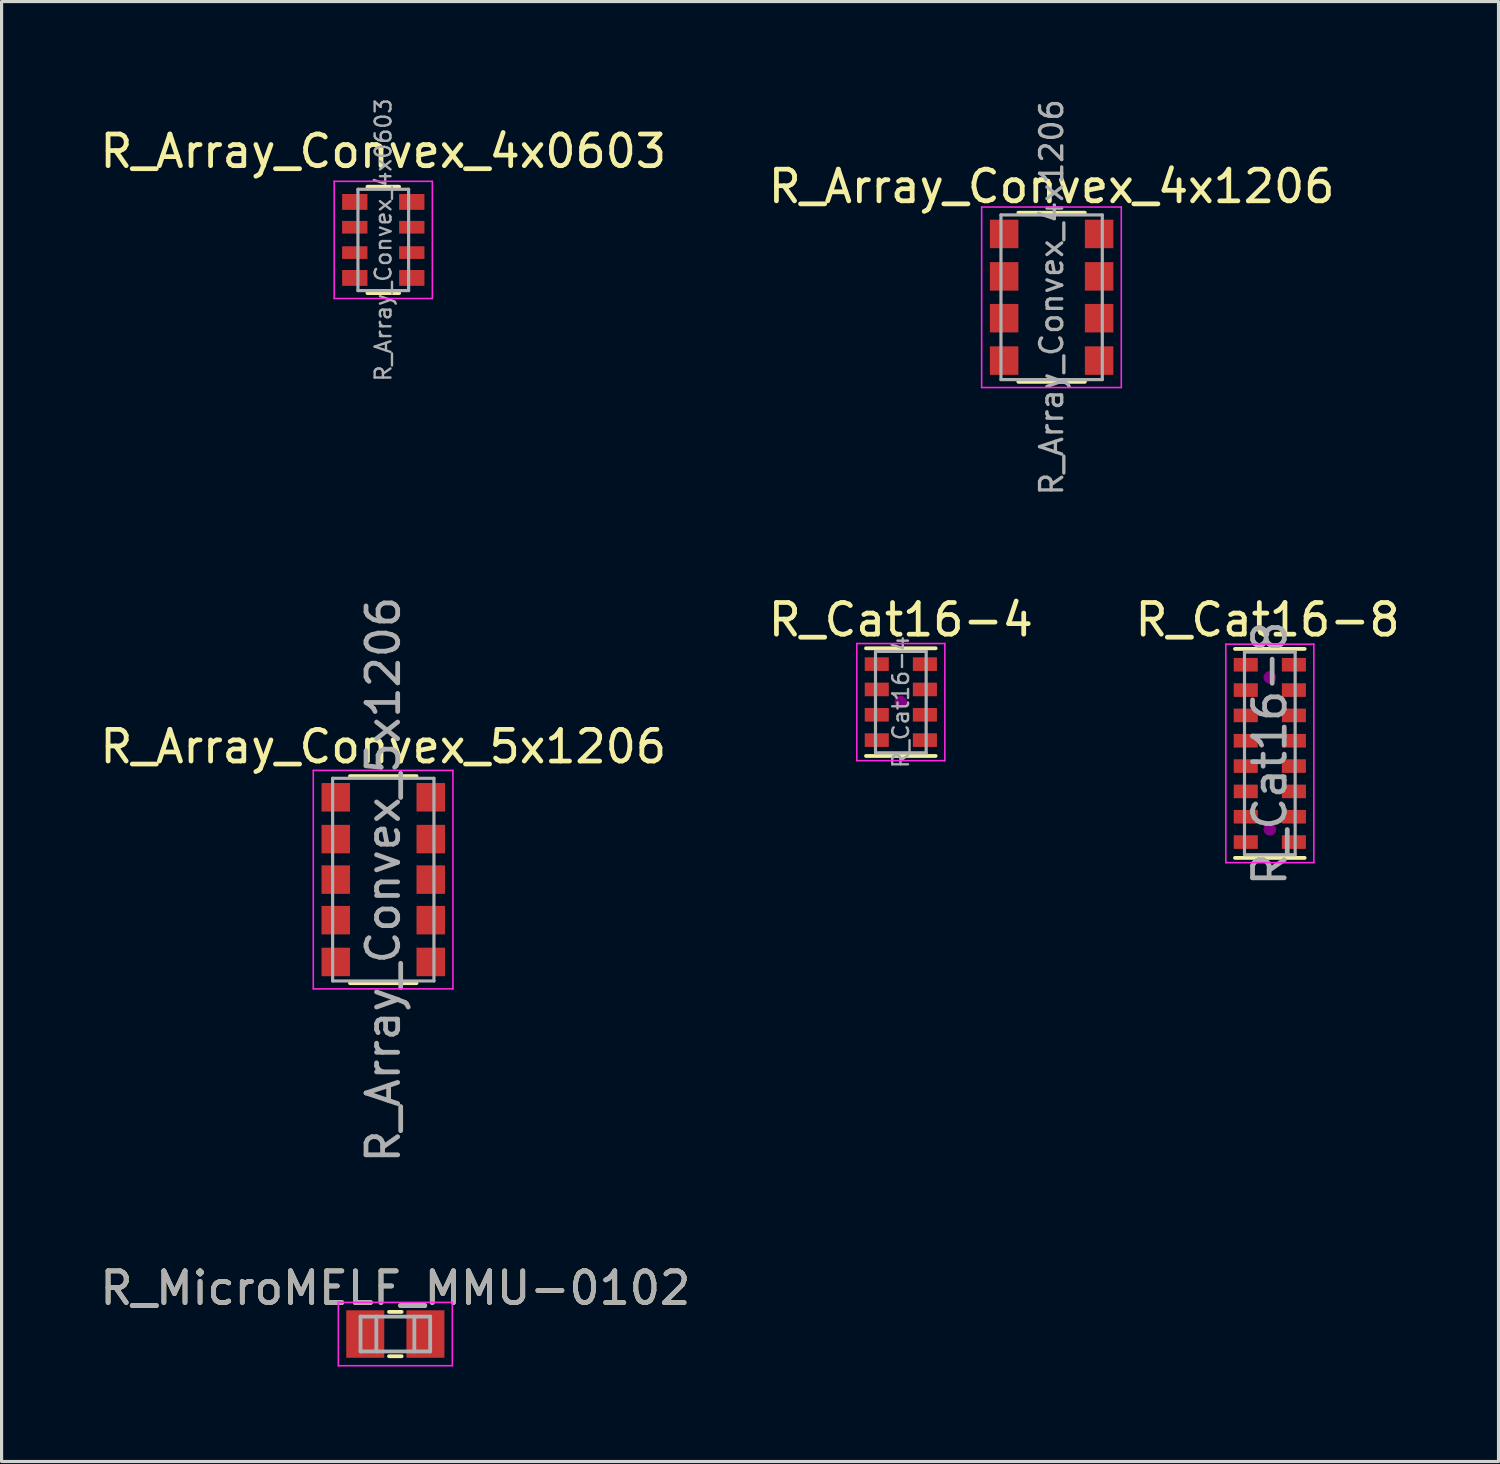
<source format=kicad_pcb>
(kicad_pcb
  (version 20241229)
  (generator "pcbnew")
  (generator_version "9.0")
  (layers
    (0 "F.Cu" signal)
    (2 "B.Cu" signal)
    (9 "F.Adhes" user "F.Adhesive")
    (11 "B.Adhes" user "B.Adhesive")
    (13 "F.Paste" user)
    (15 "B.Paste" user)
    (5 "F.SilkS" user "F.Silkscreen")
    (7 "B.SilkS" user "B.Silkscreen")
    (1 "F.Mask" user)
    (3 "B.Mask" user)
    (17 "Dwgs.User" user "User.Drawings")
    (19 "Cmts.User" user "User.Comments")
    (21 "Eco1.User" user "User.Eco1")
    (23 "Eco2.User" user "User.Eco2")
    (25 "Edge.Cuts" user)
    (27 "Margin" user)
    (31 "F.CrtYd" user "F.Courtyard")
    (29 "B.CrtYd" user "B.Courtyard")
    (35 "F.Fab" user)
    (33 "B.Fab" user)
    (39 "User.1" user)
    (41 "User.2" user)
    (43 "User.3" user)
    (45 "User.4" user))
  (footprint "R_Array_Convex_4x0603"
    (layer "F.Cu")
    (at 9.054 4.527)
    (property "Reference" "R_Array_Convex_4x0603" (at 0 -2.8 0) (layer "F.SilkS") (effects (font (size 1 1) (thickness 0.15))))
    (attr smd)
    (fp_line (start 0.5 -1.68) (end -0.5 -1.68) (stroke (width 0.12) (type solid)) (layer "F.SilkS"))
    (fp_line (start 0.5 1.68) (end -0.5 1.68) (stroke (width 0.12) (type solid)) (layer "F.SilkS"))
    (fp_line (start -1.55 -1.85) (end -1.55 1.85) (stroke (width 0.05) (type solid)) (layer "F.CrtYd"))
    (fp_line (start -1.55 -1.85) (end 1.55 -1.85) (stroke (width 0.05) (type solid)) (layer "F.CrtYd"))
    (fp_line (start 1.55 1.85) (end -1.55 1.85) (stroke (width 0.05) (type solid)) (layer "F.CrtYd"))
    (fp_line (start 1.55 1.85) (end 1.55 -1.85) (stroke (width 0.05) (type solid)) (layer "F.CrtYd"))
    (fp_line (start -0.8 -1.6) (end 0.8 -1.6) (stroke (width 0.1) (type solid)) (layer "F.Fab"))
    (fp_line (start -0.8 1.6) (end -0.8 -1.6) (stroke (width 0.1) (type solid)) (layer "F.Fab"))
    (fp_line (start 0.8 -1.6) (end 0.8 1.6) (stroke (width 0.1) (type solid)) (layer "F.Fab"))
    (fp_line (start 0.8 1.6) (end -0.8 1.6) (stroke (width 0.1) (type solid)) (layer "F.Fab"))
    (fp_text user "${REFERENCE}" (at 0 0 90) (layer "F.Fab") (effects (font (size 0.5 0.5) (thickness 0.075))))
    (pad "1" smd rect (at -0.9 -1.2) (size 0.8 0.5) (layers "F.Cu" "F.Mask" "F.Paste"))
    (pad "2" smd rect (at -0.9 -0.4) (size 0.8 0.4) (layers "F.Cu" "F.Mask" "F.Paste"))
    (pad "3" smd rect (at -0.9 0.4) (size 0.8 0.4) (layers "F.Cu" "F.Mask" "F.Paste"))
    (pad "4" smd rect (at -0.9 1.2) (size 0.8 0.5) (layers "F.Cu" "F.Mask" "F.Paste"))
    (pad "5" smd rect (at 0.9 1.2) (size 0.8 0.5) (layers "F.Cu" "F.Mask" "F.Paste"))
    (pad "6" smd rect (at 0.9 0.4) (size 0.8 0.4) (layers "F.Cu" "F.Mask" "F.Paste"))
    (pad "7" smd rect (at 0.9 -0.4) (size 0.8 0.4) (layers "F.Cu" "F.Mask" "F.Paste"))
    (pad "8" smd rect (at 0.9 -1.2) (size 0.8 0.5) (layers "F.Cu" "F.Mask" "F.Paste")))
  (footprint "R_Cat16-8"
    (layer "F.Cu")
    (at 37.052 20.743)
    (property "Reference" "R_Cat16-8" (at -0.07 -4.22 0) (layer "F.SilkS") (effects (font (size 1 1) (thickness 0.15))))
    (attr smd)
    (fp_line (start 1.1 -3.3) (end -1.1 -3.3) (stroke (width 0.12) (type solid)) (layer "F.SilkS"))
    (fp_line (start 1.1 3.3) (end -1.1 3.3) (stroke (width 0.12) (type solid)) (layer "F.SilkS"))
    (fp_circle (center 0 -2.4) (end -0.1 -2.4) (stroke (width 0.2) (type solid)) (fill no) (layer "F.Adhes"))
    (fp_circle (center 0 2.4) (end -0.1 2.4) (stroke (width 0.2) (type solid)) (fill no) (layer "F.Adhes"))
    (fp_line (start -1.39 -3.45) (end -1.39 3.45) (stroke (width 0.05) (type solid)) (layer "F.CrtYd"))
    (fp_line (start -1.39 -3.45) (end 1.39 -3.45) (stroke (width 0.05) (type solid)) (layer "F.CrtYd"))
    (fp_line (start 1.39 3.45) (end -1.39 3.45) (stroke (width 0.05) (type solid)) (layer "F.CrtYd"))
    (fp_line (start 1.39 3.45) (end 1.39 -3.45) (stroke (width 0.05) (type solid)) (layer "F.CrtYd"))
    (fp_line (start -0.8 -3.2) (end 0.8 -3.2) (stroke (width 0.1) (type solid)) (layer "F.Fab"))
    (fp_line (start -0.8 3.2) (end -0.8 -3.2) (stroke (width 0.1) (type solid)) (layer "F.Fab"))
    (fp_line (start 0.8 -3.2) (end 0.8 3.2) (stroke (width 0.1) (type solid)) (layer "F.Fab"))
    (fp_line (start 0.8 3.2) (end -0.8 3.2) (stroke (width 0.1) (type solid)) (layer "F.Fab"))
    (fp_text user "${REFERENCE}" (at 0 0 90) (layer "F.Fab") (effects (font (size 1 1) (thickness 0.15))))
    (pad "1" smd rect (at -0.76 -2.8 180) (size 0.76 0.43) (layers "F.Cu" "F.Mask" "F.Paste"))
    (pad "2" smd rect (at -0.76 -2 180) (size 0.76 0.43) (layers "F.Cu" "F.Mask" "F.Paste"))
    (pad "3" smd rect (at -0.76 -1.2 180) (size 0.76 0.43) (layers "F.Cu" "F.Mask" "F.Paste"))
    (pad "4" smd rect (at -0.76 -0.4 180) (size 0.76 0.43) (layers "F.Cu" "F.Mask" "F.Paste"))
    (pad "5" smd rect (at -0.76 0.4 180) (size 0.76 0.43) (layers "F.Cu" "F.Mask" "F.Paste"))
    (pad "6" smd rect (at -0.76 1.2 180) (size 0.76 0.43) (layers "F.Cu" "F.Mask" "F.Paste"))
    (pad "7" smd rect (at -0.76 2 180) (size 0.76 0.43) (layers "F.Cu" "F.Mask" "F.Paste"))
    (pad "8" smd rect (at -0.76 2.8 180) (size 0.76 0.43) (layers "F.Cu" "F.Mask" "F.Paste"))
    (pad "9" smd rect (at 0.76 2.8 180) (size 0.76 0.43) (layers "F.Cu" "F.Mask" "F.Paste"))
    (pad "10" smd rect (at 0.76 2 180) (size 0.76 0.43) (layers "F.Cu" "F.Mask" "F.Paste"))
    (pad "11" smd rect (at 0.76 1.2 180) (size 0.76 0.43) (layers "F.Cu" "F.Mask" "F.Paste"))
    (pad "12" smd rect (at 0.76 0.4 180) (size 0.76 0.43) (layers "F.Cu" "F.Mask" "F.Paste"))
    (pad "13" smd rect (at 0.76 -0.4 180) (size 0.76 0.43) (layers "F.Cu" "F.Mask" "F.Paste"))
    (pad "14" smd rect (at 0.76 -1.2 180) (size 0.76 0.43) (layers "F.Cu" "F.Mask" "F.Paste"))
    (pad "15" smd rect (at 0.76 -2 180) (size 0.76 0.43) (layers "F.Cu" "F.Mask" "F.Paste"))
    (pad "16" smd rect (at 0.76 -2.8 180) (size 0.76 0.43) (layers "F.Cu" "F.Mask" "F.Paste")))
  (footprint "R_Array_Convex_5x1206"
    (layer "F.Cu")
    (at 9.054 24.729)
    (property "Reference" "R_Array_Convex_5x1206" (at 0 -4.2 0) (layer "F.SilkS") (effects (font (size 1 1) (thickness 0.15))))
    (attr smd)
    (fp_line (start 1.05 -3.27) (end -1.05 -3.27) (stroke (width 0.12) (type solid)) (layer "F.SilkS"))
    (fp_line (start 1.05 3.27) (end -1.05 3.27) (stroke (width 0.12) (type solid)) (layer "F.SilkS"))
    (fp_line (start -2.21 -3.45) (end -2.21 3.45) (stroke (width 0.05) (type solid)) (layer "F.CrtYd"))
    (fp_line (start -2.21 -3.45) (end 2.2 -3.45) (stroke (width 0.05) (type solid)) (layer "F.CrtYd"))
    (fp_line (start 2.2 3.45) (end -2.21 3.45) (stroke (width 0.05) (type solid)) (layer "F.CrtYd"))
    (fp_line (start 2.2 3.45) (end 2.2 -3.45) (stroke (width 0.05) (type solid)) (layer "F.CrtYd"))
    (fp_line (start -1.6 -3.2) (end 1.6 -3.2) (stroke (width 0.1) (type solid)) (layer "F.Fab"))
    (fp_line (start -1.6 3.2) (end -1.6 -3.2) (stroke (width 0.1) (type solid)) (layer "F.Fab"))
    (fp_line (start 1.6 -3.2) (end 1.6 3.2) (stroke (width 0.1) (type solid)) (layer "F.Fab"))
    (fp_line (start 1.6 3.2) (end -1.6 3.2) (stroke (width 0.1) (type solid)) (layer "F.Fab"))
    (fp_text user "${REFERENCE}" (at 0 0 90) (layer "F.Fab") (effects (font (size 1 1) (thickness 0.15))))
    (pad "1" smd rect (at -1.5 -2.6) (size 0.9 0.9) (layers "F.Cu" "F.Mask" "F.Paste"))
    (pad "2" smd rect (at -1.5 -1.28) (size 0.9 0.9) (layers "F.Cu" "F.Mask" "F.Paste"))
    (pad "3" smd rect (at -1.5 0) (size 0.9 0.9) (layers "F.Cu" "F.Mask" "F.Paste"))
    (pad "4" smd rect (at -1.5 1.28) (size 0.9 0.9) (layers "F.Cu" "F.Mask" "F.Paste"))
    (pad "5" smd rect (at -1.5 2.6) (size 0.9 0.9) (layers "F.Cu" "F.Mask" "F.Paste"))
    (pad "6" smd rect (at 1.5 2.6) (size 0.9 0.9) (layers "F.Cu" "F.Mask" "F.Paste"))
    (pad "7" smd rect (at 1.5 1.28) (size 0.9 0.9) (layers "F.Cu" "F.Mask" "F.Paste"))
    (pad "8" smd rect (at 1.5 0) (size 0.9 0.9) (layers "F.Cu" "F.Mask" "F.Paste"))
    (pad "9" smd rect (at 1.5 -1.28) (size 0.9 0.9) (layers "F.Cu" "F.Mask" "F.Paste"))
    (pad "10" smd rect (at 1.5 -2.6) (size 0.9 0.9) (layers "F.Cu" "F.Mask" "F.Paste")))
  (footprint "R_Array_Convex_4x1206"
    (layer "F.Cu")
    (at 30.161 6.338)
    (property "Reference" "R_Array_Convex_4x1206" (at 0 -3.5 0) (layer "F.SilkS") (effects (font (size 1 1) (thickness 0.15))))
    (attr smd)
    (fp_line (start 1.05 -2.67) (end -1.05 -2.67) (stroke (width 0.12) (type solid)) (layer "F.SilkS"))
    (fp_line (start 1.05 2.67) (end -1.05 2.67) (stroke (width 0.12) (type solid)) (layer "F.SilkS"))
    (fp_line (start -2.21 -2.85) (end -2.21 2.85) (stroke (width 0.05) (type solid)) (layer "F.CrtYd"))
    (fp_line (start -2.21 -2.85) (end 2.2 -2.85) (stroke (width 0.05) (type solid)) (layer "F.CrtYd"))
    (fp_line (start 2.2 2.85) (end -2.21 2.85) (stroke (width 0.05) (type solid)) (layer "F.CrtYd"))
    (fp_line (start 2.2 2.85) (end 2.2 -2.85) (stroke (width 0.05) (type solid)) (layer "F.CrtYd"))
    (fp_line (start -1.6 -2.6) (end -1.6 2.6) (stroke (width 0.1) (type solid)) (layer "F.Fab"))
    (fp_line (start -1.6 2.6) (end 1.6 2.6) (stroke (width 0.1) (type solid)) (layer "F.Fab"))
    (fp_line (start 1.6 -2.6) (end -1.6 -2.6) (stroke (width 0.1) (type solid)) (layer "F.Fab"))
    (fp_line (start 1.6 2.6) (end 1.6 -2.6) (stroke (width 0.1) (type solid)) (layer "F.Fab"))
    (fp_text user "${REFERENCE}" (at 0 0 90) (layer "F.Fab") (effects (font (size 0.7 0.7) (thickness 0.105))))
    (pad "1" smd rect (at -1.5 -2) (size 0.9 0.9) (layers "F.Cu" "F.Mask" "F.Paste"))
    (pad "2" smd rect (at -1.5 -0.66) (size 0.9 0.9) (layers "F.Cu" "F.Mask" "F.Paste"))
    (pad "3" smd rect (at -1.5 0.66) (size 0.9 0.9) (layers "F.Cu" "F.Mask" "F.Paste"))
    (pad "4" smd rect (at -1.5 2) (size 0.9 0.9) (layers "F.Cu" "F.Mask" "F.Paste"))
    (pad "5" smd rect (at 1.5 2) (size 0.9 0.9) (layers "F.Cu" "F.Mask" "F.Paste"))
    (pad "6" smd rect (at 1.5 0.66) (size 0.9 0.9) (layers "F.Cu" "F.Mask" "F.Paste"))
    (pad "7" smd rect (at 1.5 -0.66) (size 0.9 0.9) (layers "F.Cu" "F.Mask" "F.Paste"))
    (pad "8" smd rect (at 1.5 -2) (size 0.9 0.9) (layers "F.Cu" "F.Mask" "F.Paste")))
  (footprint "R_Cat16-4"
    (layer "F.Cu")
    (at 25.399 19.123)
    (property "Reference" "R_Cat16-4" (at 0 -2.6 0) (layer "F.SilkS") (effects (font (size 1 1) (thickness 0.15))))
    (attr smd)
    (fp_line (start 1.1 -1.7) (end -1.1 -1.7) (stroke (width 0.12) (type solid)) (layer "F.SilkS"))
    (fp_line (start 1.1 1.7) (end -1.1 1.7) (stroke (width 0.12) (type solid)) (layer "F.SilkS"))
    (fp_circle (center 0 0) (end -0.1 0) (stroke (width 0.2) (type solid)) (fill no) (layer "F.Adhes"))
    (fp_line (start -1.39 -1.85) (end -1.39 1.85) (stroke (width 0.05) (type solid)) (layer "F.CrtYd"))
    (fp_line (start -1.39 -1.85) (end 1.39 -1.85) (stroke (width 0.05) (type solid)) (layer "F.CrtYd"))
    (fp_line (start 1.39 1.85) (end -1.39 1.85) (stroke (width 0.05) (type solid)) (layer "F.CrtYd"))
    (fp_line (start 1.39 1.85) (end 1.39 -1.85) (stroke (width 0.05) (type solid)) (layer "F.CrtYd"))
    (fp_line (start -0.8 -1.6) (end 0.8 -1.6) (stroke (width 0.1) (type solid)) (layer "F.Fab"))
    (fp_line (start -0.8 1.6) (end -0.8 -1.6) (stroke (width 0.1) (type solid)) (layer "F.Fab"))
    (fp_line (start 0.8 -1.6) (end 0.8 1.6) (stroke (width 0.1) (type solid)) (layer "F.Fab"))
    (fp_line (start 0.8 1.6) (end -0.8 1.6) (stroke (width 0.1) (type solid)) (layer "F.Fab"))
    (fp_text user "${REFERENCE}" (at 0 0 90) (layer "F.Fab") (effects (font (size 0.5 0.5) (thickness 0.075))))
    (pad "1" smd rect (at -0.76 -1.2 180) (size 0.76 0.43) (layers "F.Cu" "F.Mask" "F.Paste"))
    (pad "2" smd rect (at -0.76 -0.4 180) (size 0.76 0.43) (layers "F.Cu" "F.Mask" "F.Paste"))
    (pad "3" smd rect (at -0.76 0.4 180) (size 0.76 0.43) (layers "F.Cu" "F.Mask" "F.Paste"))
    (pad "4" smd rect (at -0.76 1.2 180) (size 0.76 0.43) (layers "F.Cu" "F.Mask" "F.Paste"))
    (pad "5" smd rect (at 0.76 1.2 180) (size 0.76 0.43) (layers "F.Cu" "F.Mask" "F.Paste"))
    (pad "6" smd rect (at 0.76 0.4 180) (size 0.76 0.43) (layers "F.Cu" "F.Mask" "F.Paste"))
    (pad "7" smd rect (at 0.76 -0.4 180) (size 0.76 0.43) (layers "F.Cu" "F.Mask" "F.Paste"))
    (pad "8" smd rect (at 0.76 -1.2 180) (size 0.76 0.43) (layers "F.Cu" "F.Mask" "F.Paste")))
  (footprint "R_MicroMELF_MMU-0102"
    (layer "F.Cu")
    (at 9.435 39.08)
    (property "Reference" "R_MicroMELF_MMU-0102" (at 0 -1.45 0) (layer "F.SilkS") (effects (font (size 1 1) (thickness 0.15))))
    (attr smd)
    (fp_line (start -0.2 -0.7) (end 0.2 -0.7) (stroke (width 0.12) (type solid)) (layer "F.SilkS"))
    (fp_line (start 0.2 0.7) (end -0.2 0.7) (stroke (width 0.12) (type solid)) (layer "F.SilkS"))
    (fp_line (start -1.8 -1) (end -1.8 1) (stroke (width 0.05) (type solid)) (layer "F.CrtYd"))
    (fp_line (start -1.8 -1) (end 1.8 -1) (stroke (width 0.05) (type solid)) (layer "F.CrtYd"))
    (fp_line (start 1.8 1) (end -1.8 1) (stroke (width 0.05) (type solid)) (layer "F.CrtYd"))
    (fp_line (start 1.8 1) (end 1.8 -1) (stroke (width 0.05) (type solid)) (layer "F.CrtYd"))
    (fp_line (start -1.1 -0.55) (end 1.1 -0.55) (stroke (width 0.12) (type solid)) (layer "F.Fab"))
    (fp_line (start -1.1 0.55) (end -1.1 -0.55) (stroke (width 0.12) (type solid)) (layer "F.Fab"))
    (fp_line (start -0.6 -0.55) (end -0.6 0.55) (stroke (width 0.12) (type solid)) (layer "F.Fab"))
    (fp_line (start 0.6 -0.55) (end 0.6 0.55) (stroke (width 0.12) (type solid)) (layer "F.Fab"))
    (fp_line (start 1.1 -0.55) (end 1.1 0.55) (stroke (width 0.12) (type solid)) (layer "F.Fab"))
    (fp_line (start 1.1 0.55) (end -1.1 0.55) (stroke (width 0.12) (type solid)) (layer "F.Fab"))
    (fp_text user "${REFERENCE}" (at 0 -1.45 0) (layer "F.Fab") (effects (font (size 1 1) (thickness 0.15))))
    (pad "1" smd rect (at -0.95 0) (size 1.2 1.5) (layers "F.Cu" "F.Mask" "F.Paste"))
    (pad "2" smd rect (at 0.95 0) (size 1.2 1.5) (layers "F.Cu" "F.Mask" "F.Paste")))
  (gr_rect
    (start -3 -3)
    (end 44.274 43.105)
    (stroke (width 0.1) (type default))
    (fill no)
    (layer "Edge.Cuts")))
</source>
